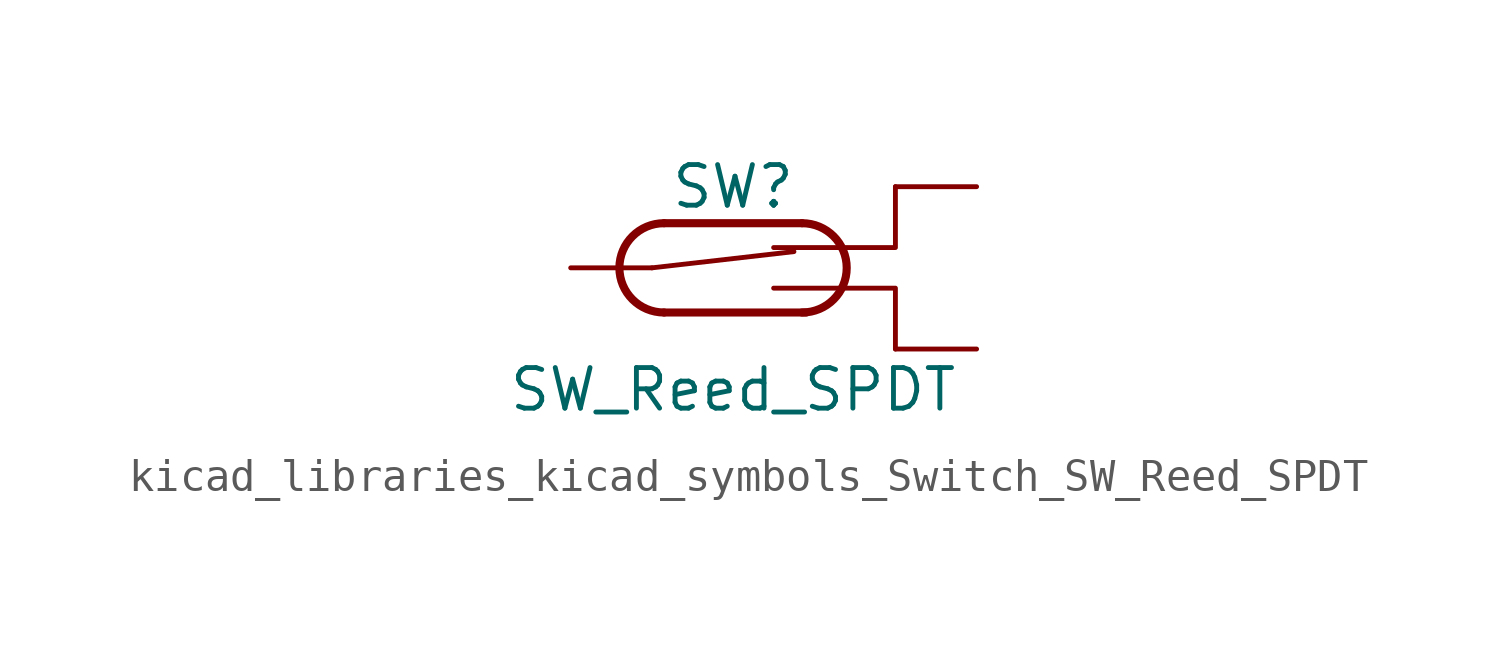
<source format=kicad_sym>
(kicad_symbol_lib
  (version 20220914)
  (generator kicad_symbol_editor)
  (symbol "kicad_libraries_kicad_symbols_Switch_SW_Reed_SPDT"
    (pin_numbers hide)
    (pin_names
      (offset 0) hide)
    (property "Reference" "SW"
      (at 0 2.54 0)
      (effects (font (size 1.27 1.27))))
    (property "Value" "SW_Reed_SPDT"
      (at 0 -3.81 0)
      (effects (font (size 1.27 1.27))))
    (symbol "kicad_libraries_kicad_symbols_Switch_SW_Reed_SPDT_0_0"
      (arc (start -2.159 1.397) (mid -3.55 0) (end -2.159 -1.397) (stroke (width 0.254) (type default)) (fill (type none)))
      (polyline (pts (xy -2.54 0) (xy 1.905 0.508)) (stroke (width 0) (type default)) (fill (type none)))
      (polyline (pts (xy -2.159 -1.397) (xy 2.286 -1.397)) (stroke (width 0.254) (type default)) (fill (type none)))
      (polyline (pts (xy 2.159 1.397) (xy -2.159 1.397)) (stroke (width 0.254) (type default)) (fill (type none)))
      (arc (start 2.159 -1.397) (mid 3.55 0) (end 2.159 1.397) (stroke (width 0.254) (type default)) (fill (type none))))
    (symbol "kicad_libraries_kicad_symbols_Switch_SW_Reed_SPDT_0_1"
      (polyline (pts (xy 1.27 -0.635) (xy 5.08 -0.635) (xy 5.08 -2.54)) (stroke (width 0) (type default)) (fill (type none)))
      (polyline (pts (xy 1.27 0.635) (xy 5.08 0.635) (xy 5.08 2.54)) (stroke (width 0) (type default)) (fill (type none))))
    (symbol "kicad_libraries_kicad_symbols_Switch_SW_Reed_SPDT_1_1"
      (pin passive line (at 7.62 2.54 180) (length 2.54) (name "1" (effects (font (size 1.27 1.27)))) (number "1" (effects (font (size 1.27 1.27)))))
      (pin passive line (at -5.08 0 0) (length 2.54) (name "2" (effects (font (size 1.27 1.27)))) (number "2" (effects (font (size 1.27 1.27)))))
      (pin passive line (at 7.62 -2.54 180) (length 2.54) (name "3" (effects (font (size 1.27 1.27)))) (number "3" (effects (font (size 1.27 1.27))))))))
</source>
